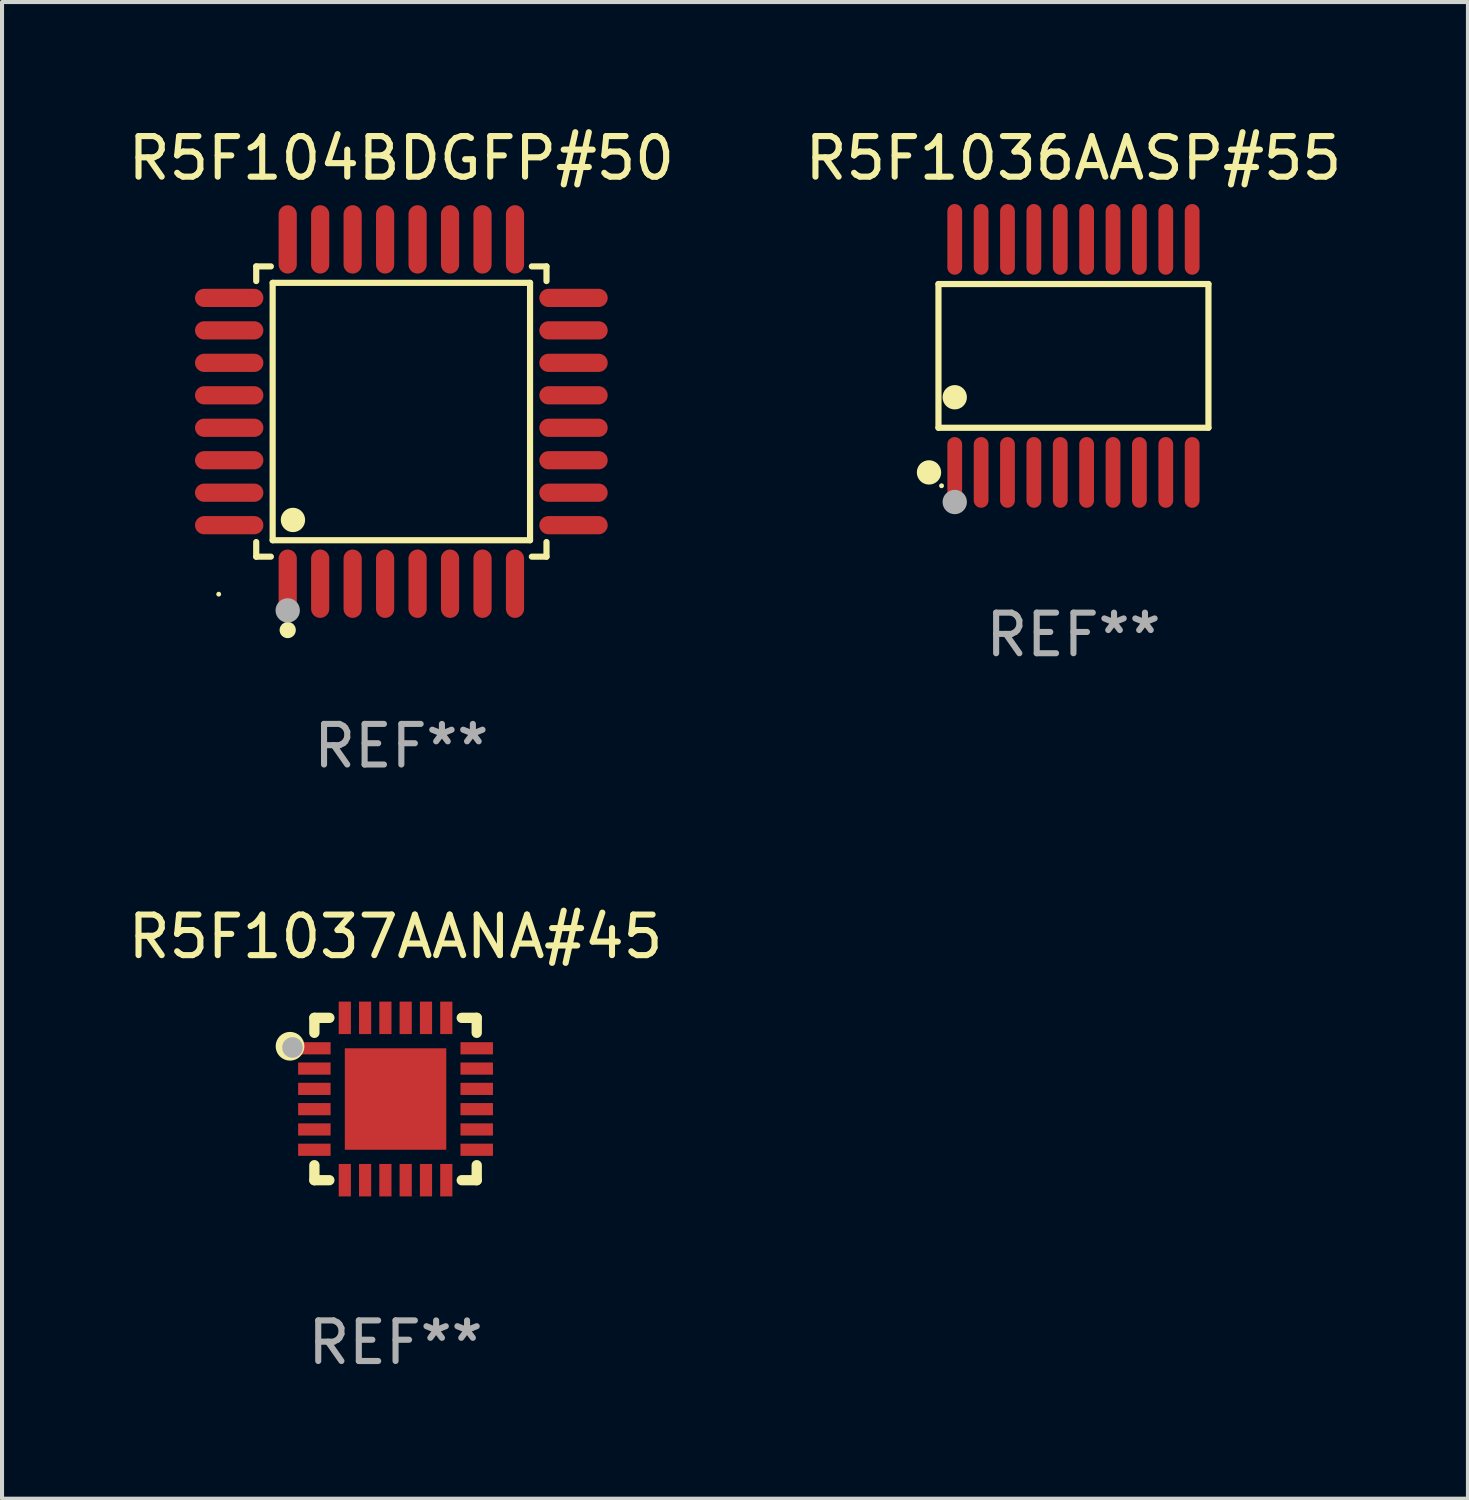
<source format=kicad_pcb>
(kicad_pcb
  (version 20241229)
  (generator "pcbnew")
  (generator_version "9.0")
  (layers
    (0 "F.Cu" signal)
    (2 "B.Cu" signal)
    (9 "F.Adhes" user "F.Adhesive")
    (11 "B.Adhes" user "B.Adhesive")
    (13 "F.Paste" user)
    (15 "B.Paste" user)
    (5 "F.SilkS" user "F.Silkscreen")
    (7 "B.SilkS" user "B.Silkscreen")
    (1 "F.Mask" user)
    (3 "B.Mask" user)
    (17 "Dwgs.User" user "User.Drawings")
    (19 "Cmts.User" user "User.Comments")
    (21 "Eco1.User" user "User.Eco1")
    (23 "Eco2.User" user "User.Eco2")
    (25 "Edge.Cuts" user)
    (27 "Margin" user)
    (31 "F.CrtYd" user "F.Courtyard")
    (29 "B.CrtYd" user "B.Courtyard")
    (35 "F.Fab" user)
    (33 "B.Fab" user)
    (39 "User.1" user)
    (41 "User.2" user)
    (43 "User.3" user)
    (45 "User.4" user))
  (footprint "R5F104BDGFP#50"
    (layer "F.Cu")
    (at 6.839 7.09)
    (property "Reference" "R5F104BDGFP#50" (at 0 -6.242 0) (layer "F.SilkS") (effects (font (size 1 1) (thickness 0.15))))
    (attr through_hole)
    (fp_line (start -3.576 -3.576) (end -3.215 -3.576) (stroke (width 0.152) (type solid)) (layer "F.SilkS"))
    (fp_line (start -3.576 -3.215) (end -3.576 -3.576) (stroke (width 0.152) (type solid)) (layer "F.SilkS"))
    (fp_line (start -3.576 3.215) (end -3.576 3.576) (stroke (width 0.152) (type solid)) (layer "F.SilkS"))
    (fp_line (start -3.576 3.576) (end -3.215 3.576) (stroke (width 0.152) (type solid)) (layer "F.SilkS"))
    (fp_line (start -3.171 -3.171) (end 3.171 -3.171) (stroke (width 0.152) (type solid)) (layer "F.SilkS"))
    (fp_line (start -3.171 3.171) (end -3.171 -3.171) (stroke (width 0.152) (type solid)) (layer "F.SilkS"))
    (fp_line (start 3.171 -3.171) (end 3.171 3.171) (stroke (width 0.152) (type solid)) (layer "F.SilkS"))
    (fp_line (start 3.171 3.171) (end -3.171 3.171) (stroke (width 0.152) (type solid)) (layer "F.SilkS"))
    (fp_line (start 3.576 -3.576) (end 3.215 -3.576) (stroke (width 0.152) (type solid)) (layer "F.SilkS"))
    (fp_line (start 3.576 -3.215) (end 3.576 -3.576) (stroke (width 0.152) (type solid)) (layer "F.SilkS"))
    (fp_line (start 3.576 3.215) (end 3.576 3.576) (stroke (width 0.152) (type solid)) (layer "F.SilkS"))
    (fp_line (start 3.576 3.576) (end 3.215 3.576) (stroke (width 0.152) (type solid)) (layer "F.SilkS"))
    (fp_circle (center -4.5 4.5) (end -4.47 4.5) (stroke (width 0.06) (type solid)) (fill no) (layer "F.SilkS"))
    (fp_circle (center -2.8 5.384) (end -2.7 5.384) (stroke (width 0.2) (type solid)) (fill no) (layer "F.SilkS"))
    (fp_circle (center -2.671 2.671) (end -2.521 2.671) (stroke (width 0.3) (type solid)) (fill no) (layer "F.SilkS"))
    (fp_circle (center -2.8 4.9) (end -2.65 4.9) (stroke (width 0.3) (type solid)) (fill no) (layer "F.Fab"))
    (fp_text user "REF**" (at 0 8.242 0) (layer "F.Fab") (effects (font (size 1 1) (thickness 0.15))))
    (pad "1" smd oval (at -2.8 4.242) (size 0.448 1.684) (layers "F.Cu" "F.Mask" "F.Paste"))
    (pad "2" smd oval (at -2 4.242) (size 0.448 1.684) (layers "F.Cu" "F.Mask" "F.Paste"))
    (pad "3" smd oval (at -1.2 4.242) (size 0.448 1.684) (layers "F.Cu" "F.Mask" "F.Paste"))
    (pad "4" smd oval (at -0.4 4.242) (size 0.448 1.684) (layers "F.Cu" "F.Mask" "F.Paste"))
    (pad "5" smd oval (at 0.4 4.242) (size 0.448 1.684) (layers "F.Cu" "F.Mask" "F.Paste"))
    (pad "6" smd oval (at 1.2 4.242) (size 0.448 1.684) (layers "F.Cu" "F.Mask" "F.Paste"))
    (pad "7" smd oval (at 2 4.242) (size 0.448 1.684) (layers "F.Cu" "F.Mask" "F.Paste"))
    (pad "8" smd oval (at 2.8 4.242) (size 0.448 1.684) (layers "F.Cu" "F.Mask" "F.Paste"))
    (pad "9" smd oval (at 4.242 2.8) (size 1.684 0.448) (layers "F.Cu" "F.Mask" "F.Paste"))
    (pad "10" smd oval (at 4.242 2) (size 1.684 0.448) (layers "F.Cu" "F.Mask" "F.Paste"))
    (pad "11" smd oval (at 4.242 1.2) (size 1.684 0.448) (layers "F.Cu" "F.Mask" "F.Paste"))
    (pad "12" smd oval (at 4.242 0.4) (size 1.684 0.448) (layers "F.Cu" "F.Mask" "F.Paste"))
    (pad "13" smd oval (at 4.242 -0.4) (size 1.684 0.448) (layers "F.Cu" "F.Mask" "F.Paste"))
    (pad "14" smd oval (at 4.242 -1.2) (size 1.684 0.448) (layers "F.Cu" "F.Mask" "F.Paste"))
    (pad "15" smd oval (at 4.242 -2) (size 1.684 0.448) (layers "F.Cu" "F.Mask" "F.Paste"))
    (pad "16" smd oval (at 4.242 -2.8) (size 1.684 0.448) (layers "F.Cu" "F.Mask" "F.Paste"))
    (pad "17" smd oval (at 2.8 -4.242) (size 0.448 1.684) (layers "F.Cu" "F.Mask" "F.Paste"))
    (pad "18" smd oval (at 2 -4.242) (size 0.448 1.684) (layers "F.Cu" "F.Mask" "F.Paste"))
    (pad "19" smd oval (at 1.2 -4.242) (size 0.448 1.684) (layers "F.Cu" "F.Mask" "F.Paste"))
    (pad "20" smd oval (at 0.4 -4.242) (size 0.448 1.684) (layers "F.Cu" "F.Mask" "F.Paste"))
    (pad "21" smd oval (at -0.4 -4.242) (size 0.448 1.684) (layers "F.Cu" "F.Mask" "F.Paste"))
    (pad "22" smd oval (at -1.2 -4.242) (size 0.448 1.684) (layers "F.Cu" "F.Mask" "F.Paste"))
    (pad "23" smd oval (at -2 -4.242) (size 0.448 1.684) (layers "F.Cu" "F.Mask" "F.Paste"))
    (pad "24" smd oval (at -2.8 -4.242) (size 0.448 1.684) (layers "F.Cu" "F.Mask" "F.Paste"))
    (pad "25" smd oval (at -4.242 -2.8) (size 1.684 0.448) (layers "F.Cu" "F.Mask" "F.Paste"))
    (pad "26" smd oval (at -4.242 -2) (size 1.684 0.448) (layers "F.Cu" "F.Mask" "F.Paste"))
    (pad "27" smd oval (at -4.242 -1.2) (size 1.684 0.448) (layers "F.Cu" "F.Mask" "F.Paste"))
    (pad "28" smd oval (at -4.242 -0.4) (size 1.684 0.448) (layers "F.Cu" "F.Mask" "F.Paste"))
    (pad "29" smd oval (at -4.242 0.4) (size 1.684 0.448) (layers "F.Cu" "F.Mask" "F.Paste"))
    (pad "30" smd oval (at -4.242 1.2) (size 1.684 0.448) (layers "F.Cu" "F.Mask" "F.Paste"))
    (pad "31" smd oval (at -4.242 2) (size 1.684 0.448) (layers "F.Cu" "F.Mask" "F.Paste"))
    (pad "32" smd oval (at -4.242 2.8) (size 1.684 0.448) (layers "F.Cu" "F.Mask" "F.Paste")))
  (footprint "R5F1037AANA#45"
    (layer "F.Cu")
    (at 6.696 24.029)
    (property "Reference" "R5F1037AANA#45" (at 0 -4 0) (layer "F.SilkS") (effects (font (size 1 1) (thickness 0.15))))
    (attr through_hole)
    (fp_line (start -2 -2) (end -1.631 -2) (stroke (width 0.254) (type solid)) (layer "F.SilkS"))
    (fp_line (start -2 -1.631) (end -2 -2) (stroke (width 0.254) (type solid)) (layer "F.SilkS"))
    (fp_line (start -2 2) (end -2 1.631) (stroke (width 0.254) (type solid)) (layer "F.SilkS"))
    (fp_line (start -1.631 2) (end -2 2) (stroke (width 0.254) (type solid)) (layer "F.SilkS"))
    (fp_line (start 1.631 -2) (end 2 -2) (stroke (width 0.254) (type solid)) (layer "F.SilkS"))
    (fp_line (start 2 -2) (end 2 -1.631) (stroke (width 0.254) (type solid)) (layer "F.SilkS"))
    (fp_line (start 2 1.631) (end 2 2) (stroke (width 0.254) (type solid)) (layer "F.SilkS"))
    (fp_line (start 2 2) (end 1.631 2) (stroke (width 0.254) (type solid)) (layer "F.SilkS"))
    (fp_circle (center -2.6 -1.3) (end -2.5 -1.3) (stroke (width 0.254) (type solid)) (fill no) (layer "F.SilkS"))
    (fp_circle (center -1.95 -1.95) (end -1.9 -1.95) (stroke (width 0.1) (type solid)) (fill no) (layer "F.SilkS"))
    (fp_circle (center -2.54 -1.27) (end -2.413 -1.27) (stroke (width 0.254) (type solid)) (fill no) (layer "F.Fab"))
    (fp_text user "REF**" (at 0 6 0) (layer "F.Fab") (effects (font (size 1 1) (thickness 0.15))))
    (pad "1" smd rect (at -2 -1.25) (size 0.8 0.3) (layers "F.Cu" "F.Mask" "F.Paste"))
    (pad "2" smd rect (at -2 -0.75) (size 0.8 0.3) (layers "F.Cu" "F.Mask" "F.Paste"))
    (pad "3" smd rect (at -2 -0.25) (size 0.8 0.3) (layers "F.Cu" "F.Mask" "F.Paste"))
    (pad "4" smd rect (at -2 0.25) (size 0.8 0.3) (layers "F.Cu" "F.Mask" "F.Paste"))
    (pad "5" smd rect (at -2 0.75) (size 0.8 0.3) (layers "F.Cu" "F.Mask" "F.Paste"))
    (pad "6" smd rect (at -2 1.25) (size 0.8 0.3) (layers "F.Cu" "F.Mask" "F.Paste"))
    (pad "7" smd rect (at -1.25 2) (size 0.3 0.8) (layers "F.Cu" "F.Mask" "F.Paste"))
    (pad "8" smd rect (at -0.75 2) (size 0.3 0.8) (layers "F.Cu" "F.Mask" "F.Paste"))
    (pad "9" smd rect (at -0.25 2) (size 0.3 0.8) (layers "F.Cu" "F.Mask" "F.Paste"))
    (pad "10" smd rect (at 0.25 2) (size 0.3 0.8) (layers "F.Cu" "F.Mask" "F.Paste"))
    (pad "11" smd rect (at 0.75 2) (size 0.3 0.8) (layers "F.Cu" "F.Mask" "F.Paste"))
    (pad "12" smd rect (at 1.25 2) (size 0.3 0.8) (layers "F.Cu" "F.Mask" "F.Paste"))
    (pad "13" smd rect (at 2 1.25) (size 0.8 0.3) (layers "F.Cu" "F.Mask" "F.Paste"))
    (pad "14" smd rect (at 2 0.75) (size 0.8 0.3) (layers "F.Cu" "F.Mask" "F.Paste"))
    (pad "15" smd rect (at 2 0.25) (size 0.8 0.3) (layers "F.Cu" "F.Mask" "F.Paste"))
    (pad "16" smd rect (at 2 -0.25) (size 0.8 0.3) (layers "F.Cu" "F.Mask" "F.Paste"))
    (pad "17" smd rect (at 2 -0.75) (size 0.8 0.3) (layers "F.Cu" "F.Mask" "F.Paste"))
    (pad "18" smd rect (at 2 -1.25) (size 0.8 0.3) (layers "F.Cu" "F.Mask" "F.Paste"))
    (pad "19" smd rect (at 1.25 -2) (size 0.3 0.8) (layers "F.Cu" "F.Mask" "F.Paste"))
    (pad "20" smd rect (at 0.75 -2) (size 0.3 0.8) (layers "F.Cu" "F.Mask" "F.Paste"))
    (pad "21" smd rect (at 0.25 -2) (size 0.3 0.8) (layers "F.Cu" "F.Mask" "F.Paste"))
    (pad "22" smd rect (at -0.25 -2) (size 0.3 0.8) (layers "F.Cu" "F.Mask" "F.Paste"))
    (pad "23" smd rect (at -0.75 -2) (size 0.3 0.8) (layers "F.Cu" "F.Mask" "F.Paste"))
    (pad "24" smd rect (at -1.25 -2) (size 0.3 0.8) (layers "F.Cu" "F.Mask" "F.Paste"))
    (pad "25" smd rect (at 0 0) (size 2.5 2.5) (layers "F.Cu" "F.Mask" "F.Paste")))
  (footprint "R5F1036AASP#55"
    (layer "F.Cu")
    (at 23.399 5.719)
    (property "Reference" "R5F1036AASP#55" (at 0 -4.871 0) (layer "F.SilkS") (effects (font (size 1 1) (thickness 0.15))))
    (attr through_hole)
    (fp_line (start -3.326 -1.771) (end 3.326 -1.771) (stroke (width 0.152) (type solid)) (layer "F.SilkS"))
    (fp_line (start -3.326 1.771) (end -3.326 -1.771) (stroke (width 0.152) (type solid)) (layer "F.SilkS"))
    (fp_line (start 3.326 -1.771) (end 3.326 1.771) (stroke (width 0.152) (type solid)) (layer "F.SilkS"))
    (fp_line (start 3.326 1.771) (end -3.326 1.771) (stroke (width 0.152) (type solid)) (layer "F.SilkS"))
    (fp_circle (center -3.559 2.871) (end -3.409 2.871) (stroke (width 0.3) (type solid)) (fill no) (layer "F.SilkS"))
    (fp_circle (center -3.25 3.2) (end -3.22 3.2) (stroke (width 0.06) (type solid)) (fill no) (layer "F.SilkS"))
    (fp_circle (center -2.925 1.019) (end -2.775 1.019) (stroke (width 0.3) (type solid)) (fill no) (layer "F.SilkS"))
    (fp_circle (center -2.925 3.6) (end -2.775 3.6) (stroke (width 0.3) (type solid)) (fill no) (layer "F.Fab"))
    (fp_text user "REF**" (at 0 6.871 0) (layer "F.Fab") (effects (font (size 1 1) (thickness 0.15))))
    (pad "1" smd oval (at -2.925 2.871) (size 0.364 1.742) (layers "F.Cu" "F.Mask" "F.Paste"))
    (pad "2" smd oval (at -2.275 2.871) (size 0.364 1.742) (layers "F.Cu" "F.Mask" "F.Paste"))
    (pad "3" smd oval (at -1.625 2.871) (size 0.364 1.742) (layers "F.Cu" "F.Mask" "F.Paste"))
    (pad "4" smd oval (at -0.975 2.871) (size 0.364 1.742) (layers "F.Cu" "F.Mask" "F.Paste"))
    (pad "5" smd oval (at -0.325 2.871) (size 0.364 1.742) (layers "F.Cu" "F.Mask" "F.Paste"))
    (pad "6" smd oval (at 0.325 2.871) (size 0.364 1.742) (layers "F.Cu" "F.Mask" "F.Paste"))
    (pad "7" smd oval (at 0.975 2.871) (size 0.364 1.742) (layers "F.Cu" "F.Mask" "F.Paste"))
    (pad "8" smd oval (at 1.625 2.871) (size 0.364 1.742) (layers "F.Cu" "F.Mask" "F.Paste"))
    (pad "9" smd oval (at 2.275 2.871) (size 0.364 1.742) (layers "F.Cu" "F.Mask" "F.Paste"))
    (pad "10" smd oval (at 2.925 2.871) (size 0.364 1.742) (layers "F.Cu" "F.Mask" "F.Paste"))
    (pad "11" smd oval (at 2.925 -2.871) (size 0.364 1.742) (layers "F.Cu" "F.Mask" "F.Paste"))
    (pad "12" smd oval (at 2.275 -2.871) (size 0.364 1.742) (layers "F.Cu" "F.Mask" "F.Paste"))
    (pad "13" smd oval (at 1.625 -2.871) (size 0.364 1.742) (layers "F.Cu" "F.Mask" "F.Paste"))
    (pad "14" smd oval (at 0.975 -2.871) (size 0.364 1.742) (layers "F.Cu" "F.Mask" "F.Paste"))
    (pad "15" smd oval (at 0.325 -2.871) (size 0.364 1.742) (layers "F.Cu" "F.Mask" "F.Paste"))
    (pad "16" smd oval (at -0.325 -2.871) (size 0.364 1.742) (layers "F.Cu" "F.Mask" "F.Paste"))
    (pad "17" smd oval (at -0.975 -2.871) (size 0.364 1.742) (layers "F.Cu" "F.Mask" "F.Paste"))
    (pad "18" smd oval (at -1.625 -2.871) (size 0.364 1.742) (layers "F.Cu" "F.Mask" "F.Paste"))
    (pad "19" smd oval (at -2.275 -2.871) (size 0.364 1.742) (layers "F.Cu" "F.Mask" "F.Paste"))
    (pad "20" smd oval (at -2.925 -2.871) (size 0.364 1.742) (layers "F.Cu" "F.Mask" "F.Paste")))
  (gr_rect
    (start -3 -3)
    (end 33.119 33.877)
    (stroke (width 0.1) (type default))
    (fill no)
    (layer "Edge.Cuts")))
</source>
